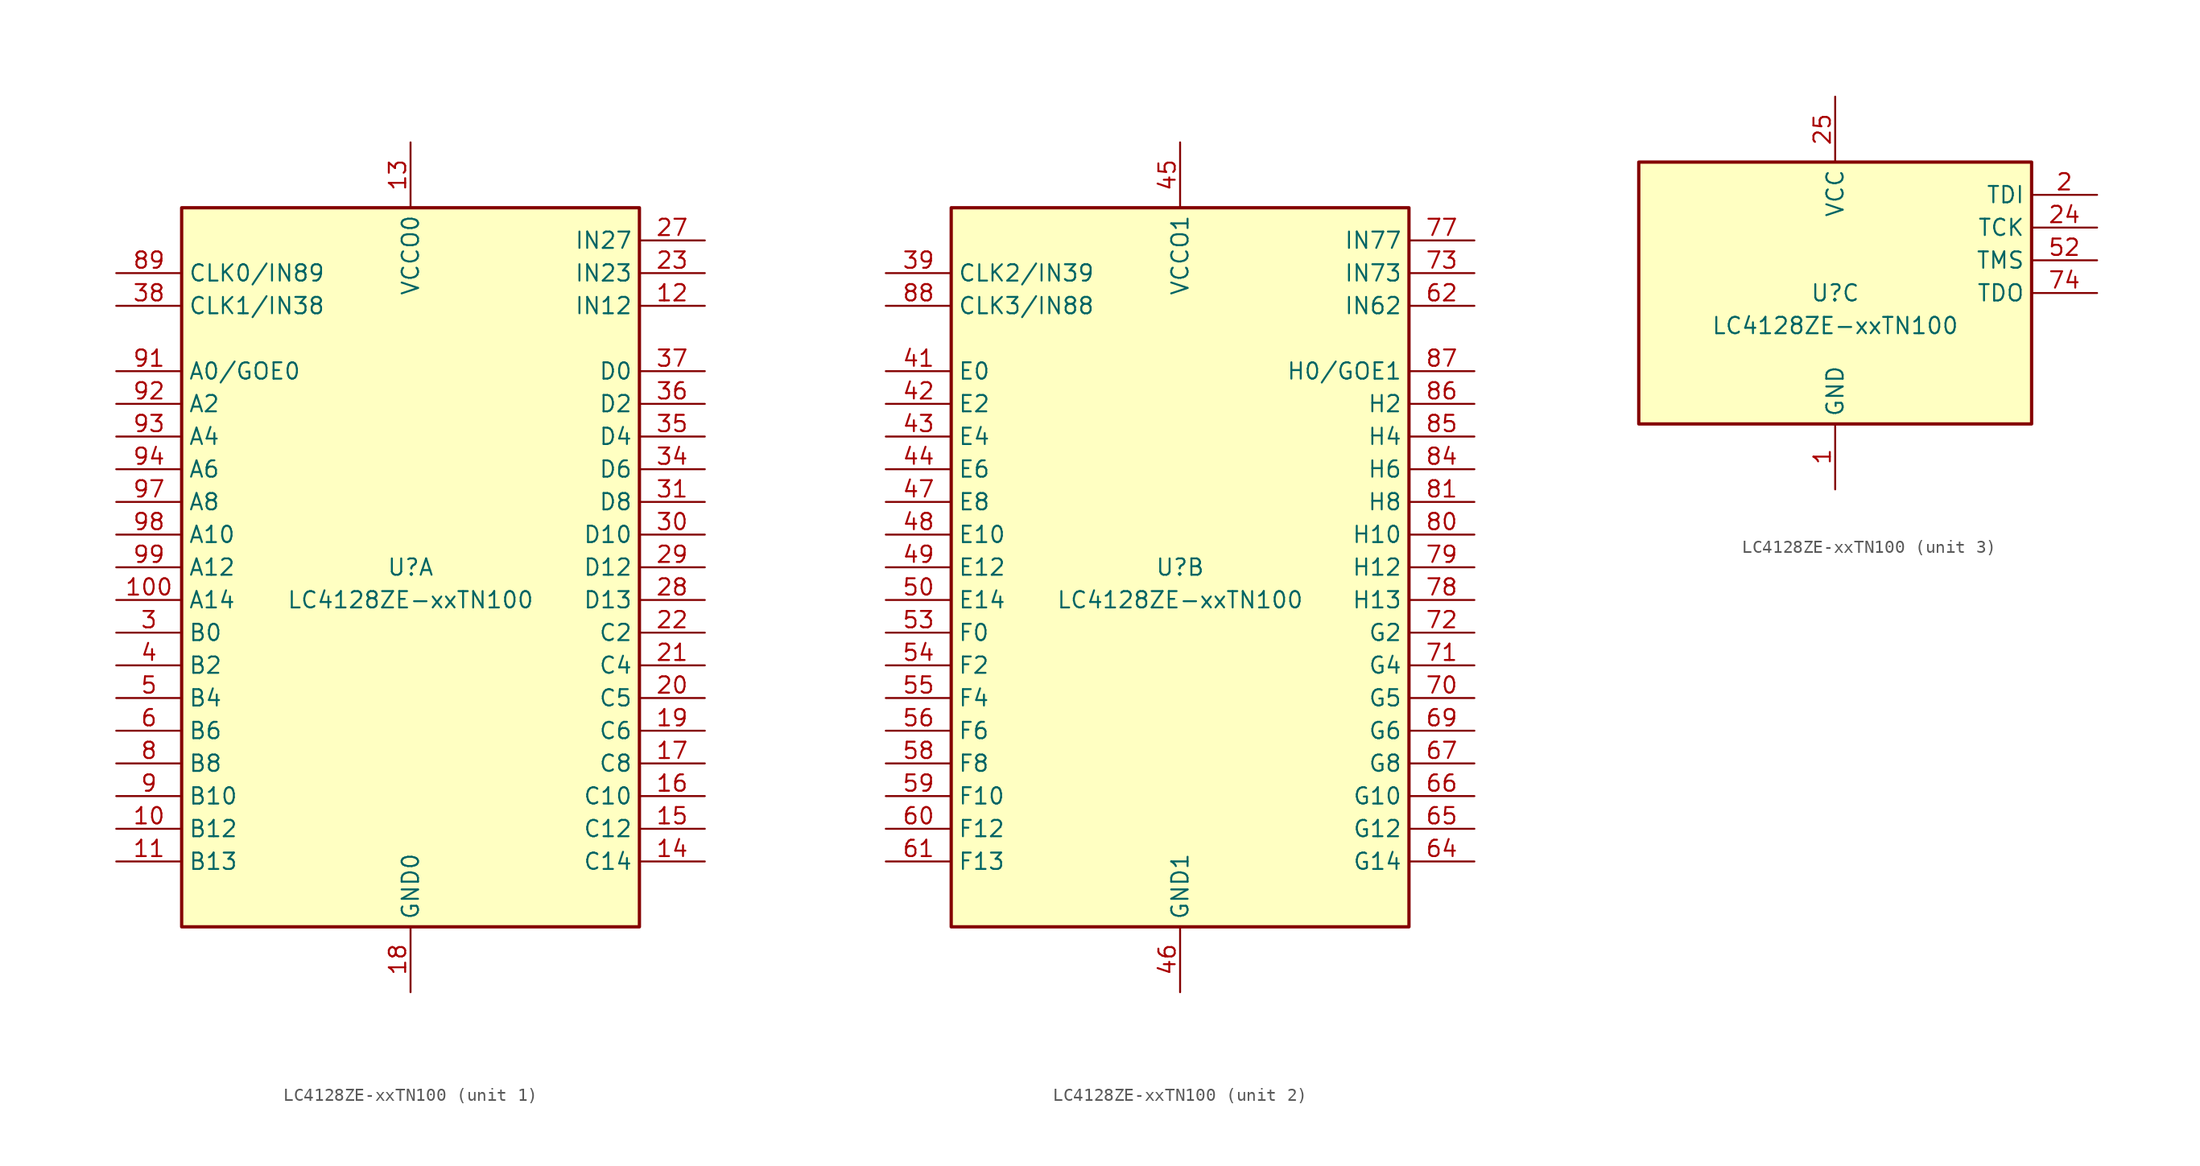
<source format=kicad_sym>
(kicad_symbol_lib
  (version 20210619)
  (generator kicad_symbol_editor)
  (symbol "Gekkio_CPLD_Lattice:LC4128ZE-xxTN100"
    (property "Reference" "U"
      (at 0 0 0)
      (effects (font (size 1.27 1.27))))
    (property "Value" "LC4128ZE-xxTN100"
      (at 0 -2.54 0)
      (effects (font (size 1.27 1.27))))
    (property "ki_locked" ""
      (at 0 0 0)
      (effects (font (size 1.27 1.27))))
    (symbol "LC4128ZE-xxTN100_1_1"
      (rectangle (start -17.78 27.94) (end 17.78 -27.94) (stroke (width 0.254)) (fill (type background)))
      (pin bidirectional line (at -22.86 -20.32 0) (length 5.08) (name "B12" (effects (font (size 1.27 1.27)))) (number "10" (effects (font (size 1.27 1.27)))))
      (pin bidirectional line (at -22.86 -2.54 0) (length 5.08) (name "A14" (effects (font (size 1.27 1.27)))) (number "100" (effects (font (size 1.27 1.27)))))
      (pin bidirectional line (at -22.86 -22.86 0) (length 5.08) (name "B13" (effects (font (size 1.27 1.27)))) (number "11" (effects (font (size 1.27 1.27)))))
      (pin input line (at 22.86 20.32 180) (length 5.08) (name "IN12" (effects (font (size 1.27 1.27)))) (number "12" (effects (font (size 1.27 1.27)))))
      (pin power_in line (at 0 33.02 270) (length 5.08) (name "VCCO0" (effects (font (size 1.27 1.27)))) (number "13" (effects (font (size 1.27 1.27)))))
      (pin bidirectional line (at 22.86 -22.86 180) (length 5.08) (name "C14" (effects (font (size 1.27 1.27)))) (number "14" (effects (font (size 1.27 1.27)))))
      (pin bidirectional line (at 22.86 -20.32 180) (length 5.08) (name "C12" (effects (font (size 1.27 1.27)))) (number "15" (effects (font (size 1.27 1.27)))))
      (pin bidirectional line (at 22.86 -17.78 180) (length 5.08) (name "C10" (effects (font (size 1.27 1.27)))) (number "16" (effects (font (size 1.27 1.27)))))
      (pin bidirectional line (at 22.86 -15.24 180) (length 5.08) (name "C8" (effects (font (size 1.27 1.27)))) (number "17" (effects (font (size 1.27 1.27)))))
      (pin power_in line (at 0 -33.02 90) (length 5.08) (name "GND0" (effects (font (size 1.27 1.27)))) (number "18" (effects (font (size 1.27 1.27)))))
      (pin bidirectional line (at 22.86 -12.7 180) (length 5.08) (name "C6" (effects (font (size 1.27 1.27)))) (number "19" (effects (font (size 1.27 1.27)))))
      (pin bidirectional line (at 22.86 -10.16 180) (length 5.08) (name "C5" (effects (font (size 1.27 1.27)))) (number "20" (effects (font (size 1.27 1.27)))))
      (pin bidirectional line (at 22.86 -7.62 180) (length 5.08) (name "C4" (effects (font (size 1.27 1.27)))) (number "21" (effects (font (size 1.27 1.27)))))
      (pin bidirectional line (at 22.86 -5.08 180) (length 5.08) (name "C2" (effects (font (size 1.27 1.27)))) (number "22" (effects (font (size 1.27 1.27)))))
      (pin input line (at 22.86 22.86 180) (length 5.08) (name "IN23" (effects (font (size 1.27 1.27)))) (number "23" (effects (font (size 1.27 1.27)))))
      (pin input line (at 22.86 25.4 180) (length 5.08) (name "IN27" (effects (font (size 1.27 1.27)))) (number "27" (effects (font (size 1.27 1.27)))))
      (pin bidirectional line (at 22.86 -2.54 180) (length 5.08) (name "D13" (effects (font (size 1.27 1.27)))) (number "28" (effects (font (size 1.27 1.27)))))
      (pin bidirectional line (at 22.86 0 180) (length 5.08) (name "D12" (effects (font (size 1.27 1.27)))) (number "29" (effects (font (size 1.27 1.27)))))
      (pin bidirectional line (at -22.86 -5.08 0) (length 5.08) (name "B0" (effects (font (size 1.27 1.27)))) (number "3" (effects (font (size 1.27 1.27)))))
      (pin bidirectional line (at 22.86 2.54 180) (length 5.08) (name "D10" (effects (font (size 1.27 1.27)))) (number "30" (effects (font (size 1.27 1.27)))))
      (pin bidirectional line (at 22.86 5.08 180) (length 5.08) (name "D8" (effects (font (size 1.27 1.27)))) (number "31" (effects (font (size 1.27 1.27)))))
      (pin passive line (at 0 -33.02 90) (length 5.08) hide (name "GND0" (effects (font (size 1.27 1.27)))) (number "32" (effects (font (size 1.27 1.27)))))
      (pin passive line (at 0 33.02 270) (length 5.08) hide (name "VCCO0" (effects (font (size 1.27 1.27)))) (number "33" (effects (font (size 1.27 1.27)))))
      (pin bidirectional line (at 22.86 7.62 180) (length 5.08) (name "D6" (effects (font (size 1.27 1.27)))) (number "34" (effects (font (size 1.27 1.27)))))
      (pin bidirectional line (at 22.86 10.16 180) (length 5.08) (name "D4" (effects (font (size 1.27 1.27)))) (number "35" (effects (font (size 1.27 1.27)))))
      (pin bidirectional line (at 22.86 12.7 180) (length 5.08) (name "D2" (effects (font (size 1.27 1.27)))) (number "36" (effects (font (size 1.27 1.27)))))
      (pin bidirectional line (at 22.86 15.24 180) (length 5.08) (name "D0" (effects (font (size 1.27 1.27)))) (number "37" (effects (font (size 1.27 1.27)))))
      (pin input line (at -22.86 20.32 0) (length 5.08) (name "CLK1/IN38" (effects (font (size 1.27 1.27)))) (number "38" (effects (font (size 1.27 1.27)))))
      (pin bidirectional line (at -22.86 -7.62 0) (length 5.08) (name "B2" (effects (font (size 1.27 1.27)))) (number "4" (effects (font (size 1.27 1.27)))))
      (pin bidirectional line (at -22.86 -10.16 0) (length 5.08) (name "B4" (effects (font (size 1.27 1.27)))) (number "5" (effects (font (size 1.27 1.27)))))
      (pin bidirectional line (at -22.86 -12.7 0) (length 5.08) (name "B6" (effects (font (size 1.27 1.27)))) (number "6" (effects (font (size 1.27 1.27)))))
      (pin passive line (at 0 -33.02 90) (length 5.08) hide (name "GND0" (effects (font (size 1.27 1.27)))) (number "7" (effects (font (size 1.27 1.27)))))
      (pin bidirectional line (at -22.86 -15.24 0) (length 5.08) (name "B8" (effects (font (size 1.27 1.27)))) (number "8" (effects (font (size 1.27 1.27)))))
      (pin input line (at -22.86 22.86 0) (length 5.08) (name "CLK0/IN89" (effects (font (size 1.27 1.27)))) (number "89" (effects (font (size 1.27 1.27)))))
      (pin bidirectional line (at -22.86 -17.78 0) (length 5.08) (name "B10" (effects (font (size 1.27 1.27)))) (number "9" (effects (font (size 1.27 1.27)))))
      (pin bidirectional line (at -22.86 15.24 0) (length 5.08) (name "A0/GOE0" (effects (font (size 1.27 1.27)))) (number "91" (effects (font (size 1.27 1.27)))))
      (pin bidirectional line (at -22.86 12.7 0) (length 5.08) (name "A2" (effects (font (size 1.27 1.27)))) (number "92" (effects (font (size 1.27 1.27)))))
      (pin bidirectional line (at -22.86 10.16 0) (length 5.08) (name "A4" (effects (font (size 1.27 1.27)))) (number "93" (effects (font (size 1.27 1.27)))))
      (pin bidirectional line (at -22.86 7.62 0) (length 5.08) (name "A6" (effects (font (size 1.27 1.27)))) (number "94" (effects (font (size 1.27 1.27)))))
      (pin passive line (at 0 33.02 270) (length 5.08) hide (name "VCCO0" (effects (font (size 1.27 1.27)))) (number "95" (effects (font (size 1.27 1.27)))))
      (pin passive line (at 0 -33.02 90) (length 5.08) hide (name "GND0" (effects (font (size 1.27 1.27)))) (number "96" (effects (font (size 1.27 1.27)))))
      (pin bidirectional line (at -22.86 5.08 0) (length 5.08) (name "A8" (effects (font (size 1.27 1.27)))) (number "97" (effects (font (size 1.27 1.27)))))
      (pin bidirectional line (at -22.86 2.54 0) (length 5.08) (name "A10" (effects (font (size 1.27 1.27)))) (number "98" (effects (font (size 1.27 1.27)))))
      (pin bidirectional line (at -22.86 0 0) (length 5.08) (name "A12" (effects (font (size 1.27 1.27)))) (number "99" (effects (font (size 1.27 1.27))))))
    (symbol "LC4128ZE-xxTN100_2_1"
      (rectangle (start -17.78 27.94) (end 17.78 -27.94) (stroke (width 0.254)) (fill (type background)))
      (pin input line (at -22.86 22.86 0) (length 5.08) (name "CLK2/IN39" (effects (font (size 1.27 1.27)))) (number "39" (effects (font (size 1.27 1.27)))))
      (pin bidirectional line (at -22.86 15.24 0) (length 5.08) (name "E0" (effects (font (size 1.27 1.27)))) (number "41" (effects (font (size 1.27 1.27)))))
      (pin bidirectional line (at -22.86 12.7 0) (length 5.08) (name "E2" (effects (font (size 1.27 1.27)))) (number "42" (effects (font (size 1.27 1.27)))))
      (pin bidirectional line (at -22.86 10.16 0) (length 5.08) (name "E4" (effects (font (size 1.27 1.27)))) (number "43" (effects (font (size 1.27 1.27)))))
      (pin bidirectional line (at -22.86 7.62 0) (length 5.08) (name "E6" (effects (font (size 1.27 1.27)))) (number "44" (effects (font (size 1.27 1.27)))))
      (pin power_in line (at 0 33.02 270) (length 5.08) (name "VCCO1" (effects (font (size 1.27 1.27)))) (number "45" (effects (font (size 1.27 1.27)))))
      (pin power_in line (at 0 -33.02 90) (length 5.08) (name "GND1" (effects (font (size 1.27 1.27)))) (number "46" (effects (font (size 1.27 1.27)))))
      (pin bidirectional line (at -22.86 5.08 0) (length 5.08) (name "E8" (effects (font (size 1.27 1.27)))) (number "47" (effects (font (size 1.27 1.27)))))
      (pin bidirectional line (at -22.86 2.54 0) (length 5.08) (name "E10" (effects (font (size 1.27 1.27)))) (number "48" (effects (font (size 1.27 1.27)))))
      (pin bidirectional line (at -22.86 0 0) (length 5.08) (name "E12" (effects (font (size 1.27 1.27)))) (number "49" (effects (font (size 1.27 1.27)))))
      (pin bidirectional line (at -22.86 -2.54 0) (length 5.08) (name "E14" (effects (font (size 1.27 1.27)))) (number "50" (effects (font (size 1.27 1.27)))))
      (pin bidirectional line (at -22.86 -5.08 0) (length 5.08) (name "F0" (effects (font (size 1.27 1.27)))) (number "53" (effects (font (size 1.27 1.27)))))
      (pin bidirectional line (at -22.86 -7.62 0) (length 5.08) (name "F2" (effects (font (size 1.27 1.27)))) (number "54" (effects (font (size 1.27 1.27)))))
      (pin bidirectional line (at -22.86 -10.16 0) (length 5.08) (name "F4" (effects (font (size 1.27 1.27)))) (number "55" (effects (font (size 1.27 1.27)))))
      (pin bidirectional line (at -22.86 -12.7 0) (length 5.08) (name "F6" (effects (font (size 1.27 1.27)))) (number "56" (effects (font (size 1.27 1.27)))))
      (pin passive line (at 0 -33.02 90) (length 5.08) hide (name "GND1" (effects (font (size 1.27 1.27)))) (number "57" (effects (font (size 1.27 1.27)))))
      (pin bidirectional line (at -22.86 -15.24 0) (length 5.08) (name "F8" (effects (font (size 1.27 1.27)))) (number "58" (effects (font (size 1.27 1.27)))))
      (pin bidirectional line (at -22.86 -17.78 0) (length 5.08) (name "F10" (effects (font (size 1.27 1.27)))) (number "59" (effects (font (size 1.27 1.27)))))
      (pin bidirectional line (at -22.86 -20.32 0) (length 5.08) (name "F12" (effects (font (size 1.27 1.27)))) (number "60" (effects (font (size 1.27 1.27)))))
      (pin bidirectional line (at -22.86 -22.86 0) (length 5.08) (name "F13" (effects (font (size 1.27 1.27)))) (number "61" (effects (font (size 1.27 1.27)))))
      (pin input line (at 22.86 20.32 180) (length 5.08) (name "IN62" (effects (font (size 1.27 1.27)))) (number "62" (effects (font (size 1.27 1.27)))))
      (pin passive line (at 0 33.02 270) (length 5.08) hide (name "VCCO1" (effects (font (size 1.27 1.27)))) (number "63" (effects (font (size 1.27 1.27)))))
      (pin bidirectional line (at 22.86 -22.86 180) (length 5.08) (name "G14" (effects (font (size 1.27 1.27)))) (number "64" (effects (font (size 1.27 1.27)))))
      (pin bidirectional line (at 22.86 -20.32 180) (length 5.08) (name "G12" (effects (font (size 1.27 1.27)))) (number "65" (effects (font (size 1.27 1.27)))))
      (pin bidirectional line (at 22.86 -17.78 180) (length 5.08) (name "G10" (effects (font (size 1.27 1.27)))) (number "66" (effects (font (size 1.27 1.27)))))
      (pin bidirectional line (at 22.86 -15.24 180) (length 5.08) (name "G8" (effects (font (size 1.27 1.27)))) (number "67" (effects (font (size 1.27 1.27)))))
      (pin passive line (at 0 -33.02 90) (length 5.08) hide (name "GND1" (effects (font (size 1.27 1.27)))) (number "68" (effects (font (size 1.27 1.27)))))
      (pin bidirectional line (at 22.86 -12.7 180) (length 5.08) (name "G6" (effects (font (size 1.27 1.27)))) (number "69" (effects (font (size 1.27 1.27)))))
      (pin bidirectional line (at 22.86 -10.16 180) (length 5.08) (name "G5" (effects (font (size 1.27 1.27)))) (number "70" (effects (font (size 1.27 1.27)))))
      (pin bidirectional line (at 22.86 -7.62 180) (length 5.08) (name "G4" (effects (font (size 1.27 1.27)))) (number "71" (effects (font (size 1.27 1.27)))))
      (pin bidirectional line (at 22.86 -5.08 180) (length 5.08) (name "G2" (effects (font (size 1.27 1.27)))) (number "72" (effects (font (size 1.27 1.27)))))
      (pin input line (at 22.86 22.86 180) (length 5.08) (name "IN73" (effects (font (size 1.27 1.27)))) (number "73" (effects (font (size 1.27 1.27)))))
      (pin input line (at 22.86 25.4 180) (length 5.08) (name "IN77" (effects (font (size 1.27 1.27)))) (number "77" (effects (font (size 1.27 1.27)))))
      (pin bidirectional line (at 22.86 -2.54 180) (length 5.08) (name "H13" (effects (font (size 1.27 1.27)))) (number "78" (effects (font (size 1.27 1.27)))))
      (pin bidirectional line (at 22.86 0 180) (length 5.08) (name "H12" (effects (font (size 1.27 1.27)))) (number "79" (effects (font (size 1.27 1.27)))))
      (pin bidirectional line (at 22.86 2.54 180) (length 5.08) (name "H10" (effects (font (size 1.27 1.27)))) (number "80" (effects (font (size 1.27 1.27)))))
      (pin bidirectional line (at 22.86 5.08 180) (length 5.08) (name "H8" (effects (font (size 1.27 1.27)))) (number "81" (effects (font (size 1.27 1.27)))))
      (pin passive line (at 0 -33.02 90) (length 5.08) hide (name "GND1" (effects (font (size 1.27 1.27)))) (number "82" (effects (font (size 1.27 1.27)))))
      (pin passive line (at 0 33.02 270) (length 5.08) hide (name "VCCO1" (effects (font (size 1.27 1.27)))) (number "83" (effects (font (size 1.27 1.27)))))
      (pin bidirectional line (at 22.86 7.62 180) (length 5.08) (name "H6" (effects (font (size 1.27 1.27)))) (number "84" (effects (font (size 1.27 1.27)))))
      (pin bidirectional line (at 22.86 10.16 180) (length 5.08) (name "H4" (effects (font (size 1.27 1.27)))) (number "85" (effects (font (size 1.27 1.27)))))
      (pin bidirectional line (at 22.86 12.7 180) (length 5.08) (name "H2" (effects (font (size 1.27 1.27)))) (number "86" (effects (font (size 1.27 1.27)))))
      (pin bidirectional line (at 22.86 15.24 180) (length 5.08) (name "H0/GOE1" (effects (font (size 1.27 1.27)))) (number "87" (effects (font (size 1.27 1.27)))))
      (pin input line (at -22.86 20.32 0) (length 5.08) (name "CLK3/IN88" (effects (font (size 1.27 1.27)))) (number "88" (effects (font (size 1.27 1.27))))))
    (symbol "LC4128ZE-xxTN100_3_1"
      (rectangle (start -15.24 10.16) (end 15.24 -10.16) (stroke (width 0.254)) (fill (type background)))
      (pin power_in line (at 0 -15.24 90) (length 5.08) (name "GND" (effects (font (size 1.27 1.27)))) (number "1" (effects (font (size 1.27 1.27)))))
      (pin input line (at 20.32 7.62 180) (length 5.08) (name "TDI" (effects (font (size 1.27 1.27)))) (number "2" (effects (font (size 1.27 1.27)))))
      (pin input line (at 20.32 5.08 180) (length 5.08) (name "TCK" (effects (font (size 1.27 1.27)))) (number "24" (effects (font (size 1.27 1.27)))))
      (pin power_in line (at 0 15.24 270) (length 5.08) (name "VCC" (effects (font (size 1.27 1.27)))) (number "25" (effects (font (size 1.27 1.27)))))
      (pin passive line (at 0 -15.24 90) (length 5.08) hide (name "GND" (effects (font (size 1.27 1.27)))) (number "26" (effects (font (size 1.27 1.27)))))
      (pin passive line (at 0 15.24 270) (length 5.08) hide (name "VCC" (effects (font (size 1.27 1.27)))) (number "40" (effects (font (size 1.27 1.27)))))
      (pin passive line (at 0 -15.24 90) (length 5.08) hide (name "GND" (effects (font (size 1.27 1.27)))) (number "51" (effects (font (size 1.27 1.27)))))
      (pin input line (at 20.32 2.54 180) (length 5.08) (name "TMS" (effects (font (size 1.27 1.27)))) (number "52" (effects (font (size 1.27 1.27)))))
      (pin output line (at 20.32 0 180) (length 5.08) (name "TDO" (effects (font (size 1.27 1.27)))) (number "74" (effects (font (size 1.27 1.27)))))
      (pin passive line (at 0 15.24 270) (length 5.08) hide (name "VCC" (effects (font (size 1.27 1.27)))) (number "75" (effects (font (size 1.27 1.27)))))
      (pin passive line (at 0 -15.24 90) (length 5.08) hide (name "GND" (effects (font (size 1.27 1.27)))) (number "76" (effects (font (size 1.27 1.27)))))
      (pin passive line (at 0 15.24 270) (length 5.08) hide (name "VCC" (effects (font (size 1.27 1.27)))) (number "90" (effects (font (size 1.27 1.27))))))))
</source>
